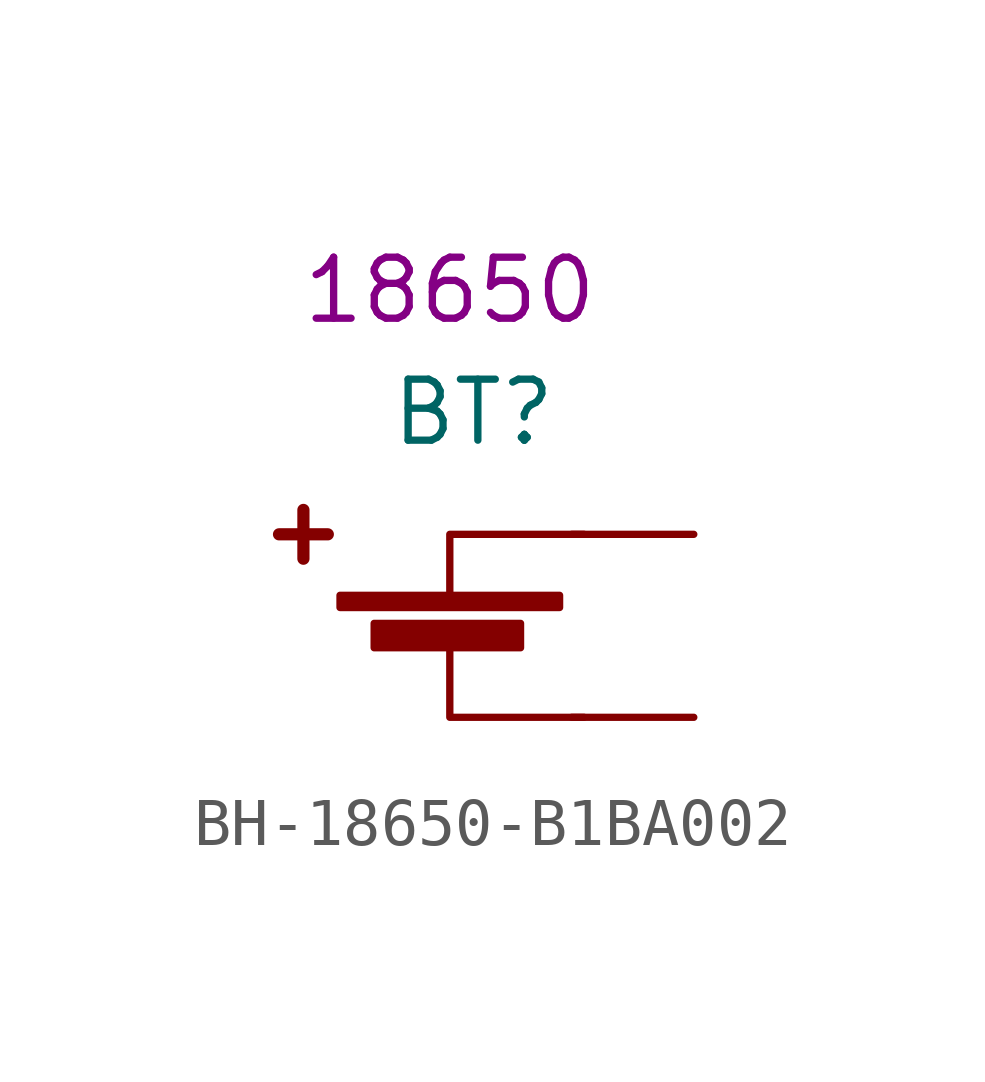
<source format=kicad_sym>
(kicad_symbol_lib
  (version 20220914)
  (generator kicad_symbol_editor)
  (symbol "BH-18650-B1BA002"
    (pin_numbers hide)
    (pin_names
      (offset 0) hide)
    (property "Reference" "BT"
      (at -1.27 5.08 0)
      (effects (font (size 1.27 1.27)) (justify left)))
    (property "UserValue" "18650"
      (at 0 7.62 0)
      (effects (font (size 1.27 1.27))))
    (symbol "BH-18650-B1BA002_0_1"
      (rectangle (start -2.286 1.27) (end 2.286 1.016) (stroke (width 0) (type default)) (fill (type outline)))
      (rectangle (start -1.575 0.686) (end 1.473 0.178) (stroke (width 0) (type default)) (fill (type outline)))
      (polyline (pts (xy -3.556 2.54) (xy -2.54 2.54)) (stroke (width 0.254) (type default)) (fill (type none)))
      (polyline (pts (xy -3.048 3.048) (xy -3.048 2.032)) (stroke (width 0.254) (type default)) (fill (type none)))
      (polyline (pts (xy 2.794 -1.27) (xy 0 -1.27) (xy 0 0.254)) (stroke (width 0) (type default)) (fill (type none)))
      (polyline (pts (xy 2.794 2.54) (xy 0 2.54) (xy 0 1.27)) (stroke (width 0) (type default)) (fill (type none))))
    (symbol "BH-18650-B1BA002_1_1"
      (pin passive line (at 5.08 2.54 180) (length 2.54) (name "+" (effects (font (size 1.27 1.27)))) (number "1" (effects (font (size 1.27 1.27)))))
      (pin passive line (at 5.08 -1.27 180) (length 2.54) (name "-" (effects (font (size 1.27 1.27)))) (number "2" (effects (font (size 1.27 1.27))))))))
</source>
